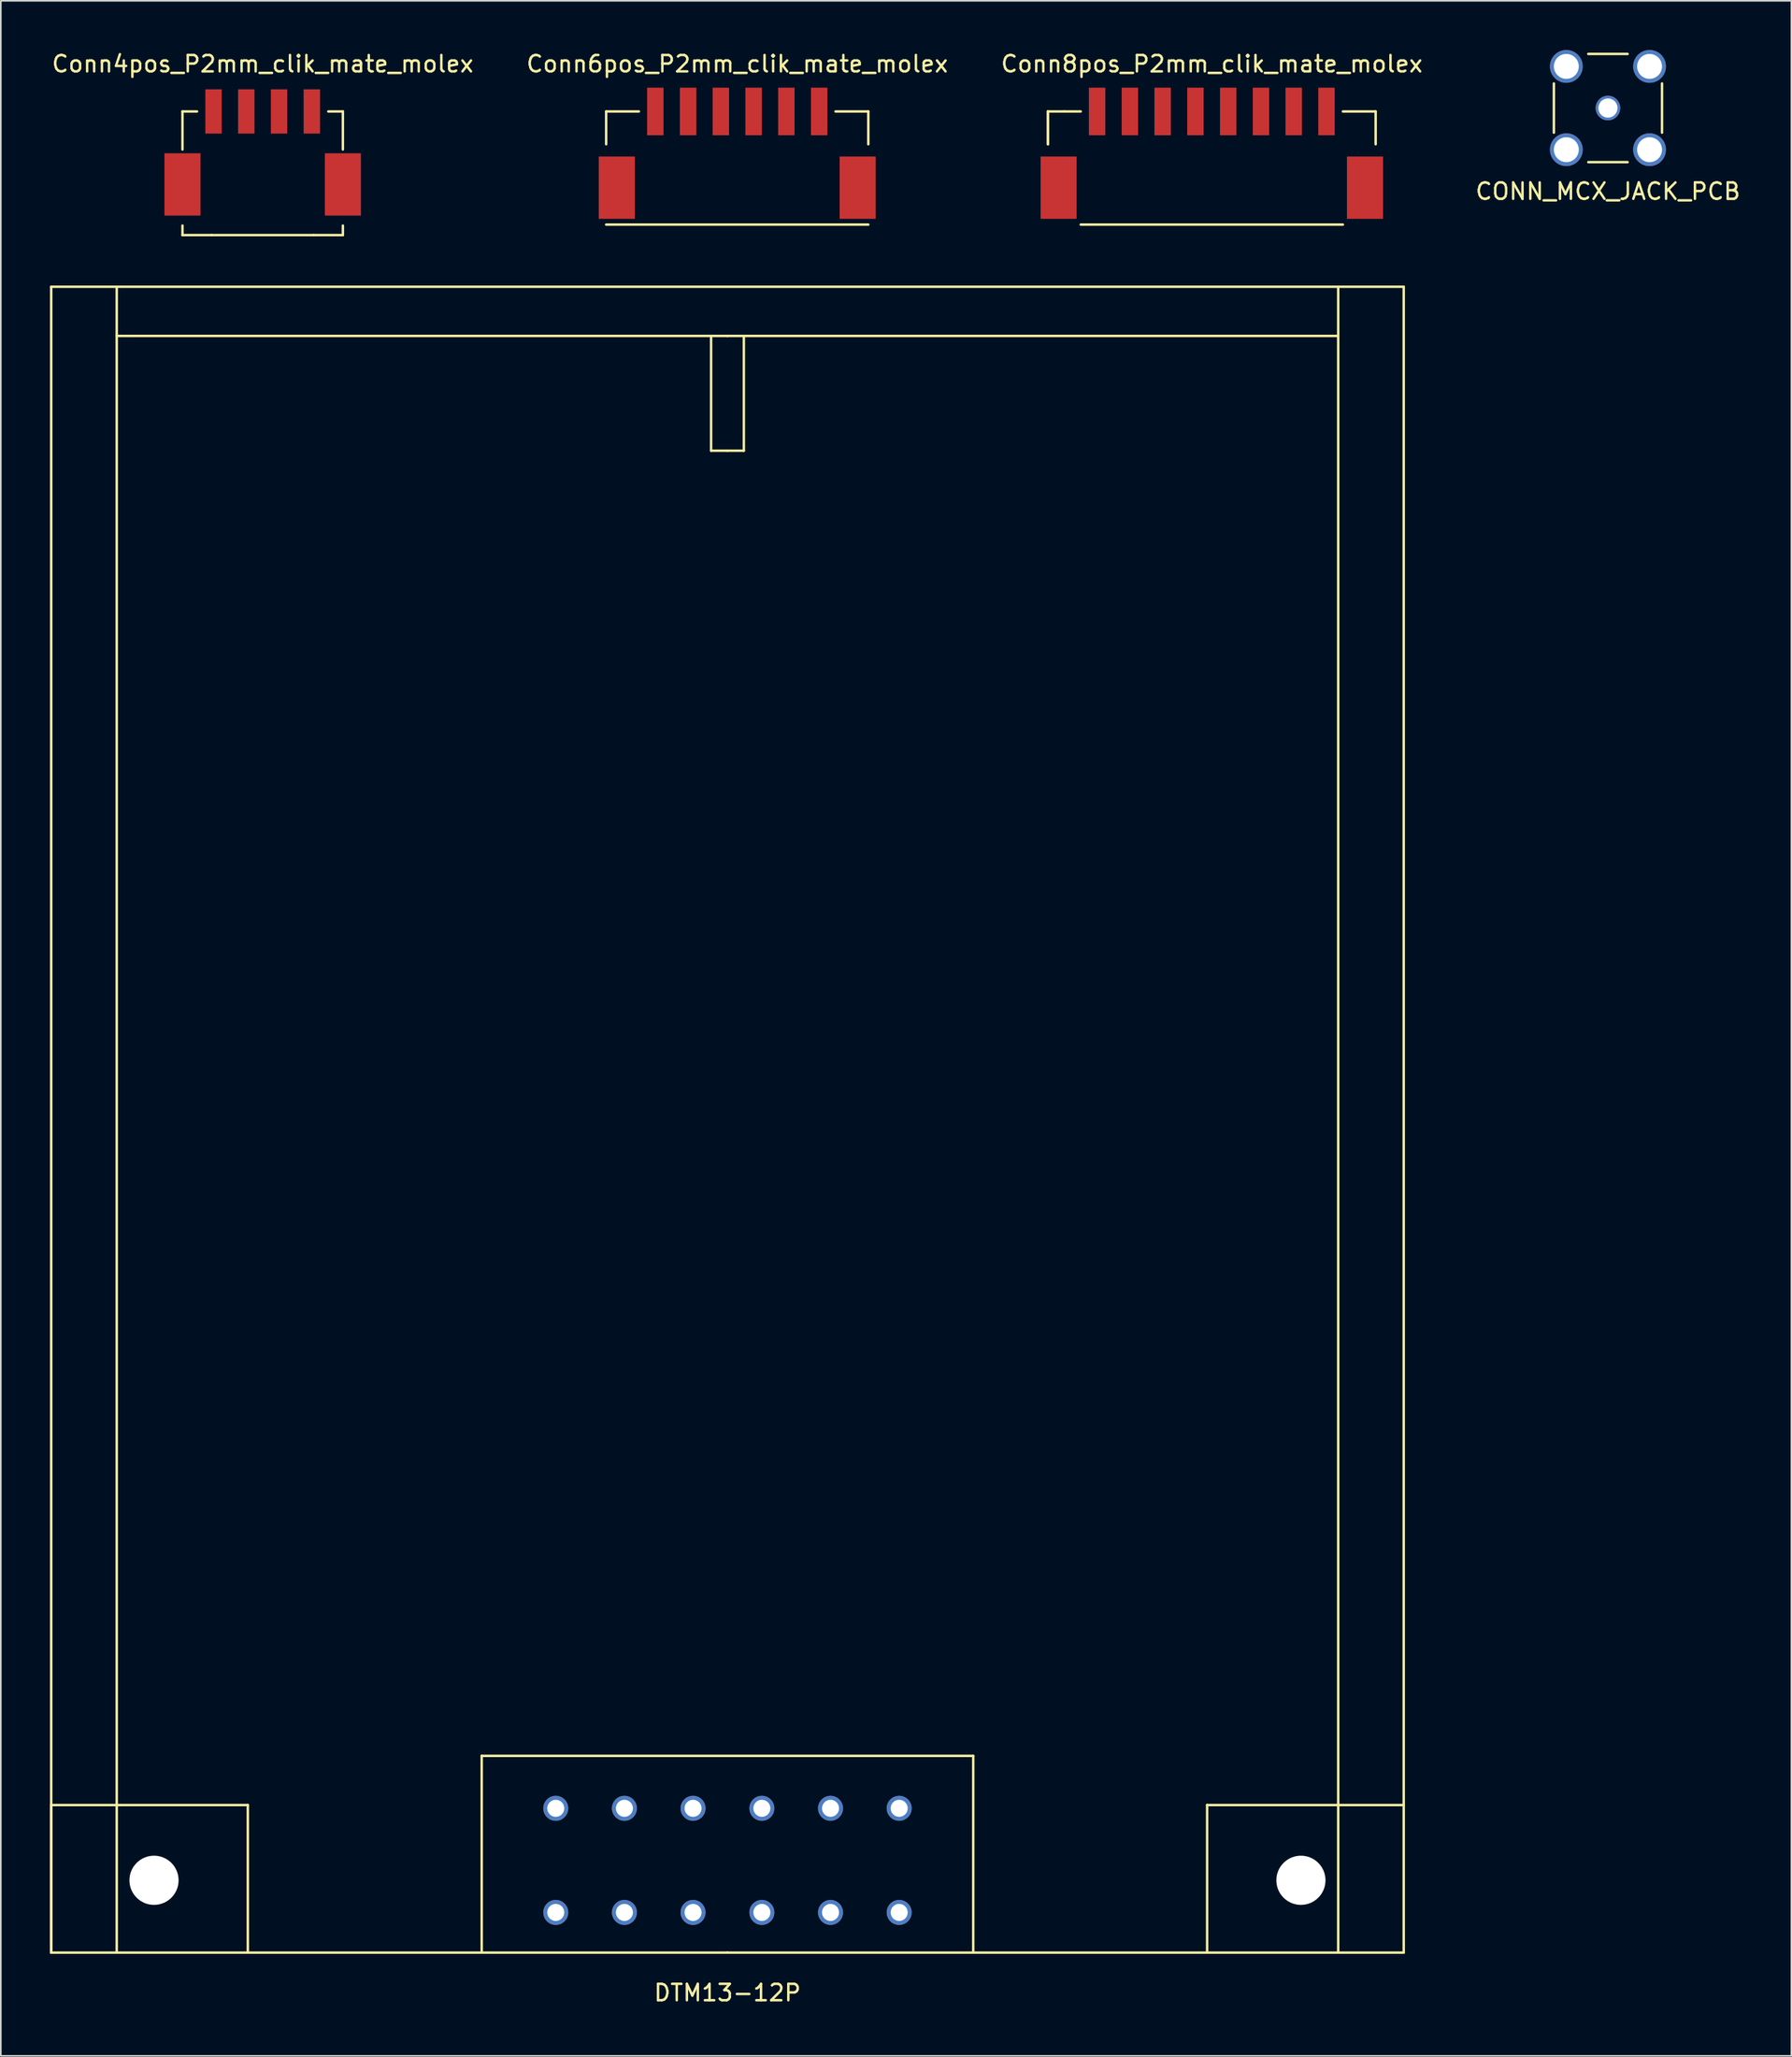
<source format=kicad_pcb>
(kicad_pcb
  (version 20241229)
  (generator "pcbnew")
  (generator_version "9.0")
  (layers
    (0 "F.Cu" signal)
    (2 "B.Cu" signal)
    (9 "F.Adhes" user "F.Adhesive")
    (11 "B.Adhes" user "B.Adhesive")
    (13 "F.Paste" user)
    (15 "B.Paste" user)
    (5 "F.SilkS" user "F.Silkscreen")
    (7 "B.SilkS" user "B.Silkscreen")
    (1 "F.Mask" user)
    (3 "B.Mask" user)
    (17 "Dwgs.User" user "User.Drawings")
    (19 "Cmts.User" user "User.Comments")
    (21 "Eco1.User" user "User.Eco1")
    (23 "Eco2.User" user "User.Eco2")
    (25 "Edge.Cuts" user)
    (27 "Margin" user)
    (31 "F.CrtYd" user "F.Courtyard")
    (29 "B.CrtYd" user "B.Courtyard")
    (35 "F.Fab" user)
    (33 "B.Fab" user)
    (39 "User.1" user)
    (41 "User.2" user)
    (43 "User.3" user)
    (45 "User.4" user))
  (footprint "Conn4pos_P2mm_clik_mate_molex"
    (layer "F.Cu")
    (at 12.982 3.748)
    (property "Reference" "Conn4pos_P2mm_clik_mate_molex" (at 0 -2.9 0) (layer "F.SilkS") (effects (font (size 1 1) (thickness 0.15))))
    (attr through_hole)
    (fp_line (start -4.895 0) (end -4.005 0) (stroke (width 0.15) (type solid)) (layer "F.SilkS"))
    (fp_line (start -4.895 2.32) (end -4.895 0) (stroke (width 0.15) (type solid)) (layer "F.SilkS"))
    (fp_line (start -4.895 7.54) (end -4.895 6.96) (stroke (width 0.15) (type solid)) (layer "F.SilkS"))
    (fp_line (start -3.115 7.54) (end -4.895 7.54) (stroke (width 0.15) (type solid)) (layer "F.SilkS"))
    (fp_line (start -3.115 7.54) (end 3.115 7.54) (stroke (width 0.15) (type solid)) (layer "F.SilkS"))
    (fp_line (start 3.115 7.54) (end 4.895 7.54) (stroke (width 0.15) (type solid)) (layer "F.SilkS"))
    (fp_line (start 4.005 0) (end 4.895 0) (stroke (width 0.15) (type solid)) (layer "F.SilkS"))
    (fp_line (start 4.895 0) (end 4.895 2.32) (stroke (width 0.15) (type solid)) (layer "F.SilkS"))
    (fp_line (start 4.895 7.54) (end 4.895 6.96) (stroke (width 0.15) (type solid)) (layer "F.SilkS"))
    (pad "1" smd rect (at -3 0) (size 1 2.7) (layers "F.Cu" "F.Mask" "F.Paste"))
    (pad "2" smd rect (at -1 0) (size 1 2.7) (layers "F.Cu" "F.Mask" "F.Paste"))
    (pad "3" smd rect (at 1 0) (size 1 2.7) (layers "F.Cu" "F.Mask" "F.Paste"))
    (pad "4" smd rect (at 3 0) (size 1 2.7) (layers "F.Cu" "F.Mask" "F.Paste"))
    (pad "5" smd rect (at -4.895 4.45) (size 2.2 3.8) (layers "F.Cu" "F.Mask" "F.Paste"))
    (pad "5" smd rect (at 4.895 4.45) (size 2.2 3.8) (layers "F.Cu" "F.Mask" "F.Paste")))
  (footprint "CONN_MCX_JACK_PCB"
    (layer "F.Cu")
    (at 95.089 3.54)
    (property "Reference" "CONN_MCX_JACK_PCB" (at 0 5.08 0) (layer "F.SilkS") (effects (font (size 1 1) (thickness 0.15))))
    (attr through_hole)
    (fp_line (start -3.3 -1.5) (end -3.3 1.5) (stroke (width 0.15) (type solid)) (layer "F.SilkS"))
    (fp_line (start -1.2 -3.3) (end 1.2 -3.3) (stroke (width 0.15) (type solid)) (layer "F.SilkS"))
    (fp_line (start -1.2 3.3) (end 1.2 3.3) (stroke (width 0.15) (type solid)) (layer "F.SilkS"))
    (fp_line (start 3.3 -1.5) (end 3.3 1.5) (stroke (width 0.15) (type solid)) (layer "F.SilkS"))
    (pad "1" thru_hole circle (at 0 0) (size 1.5 1.5) (drill 1.17) (layers "*.Cu" "*.Mask"))
    (pad "2" thru_hole circle (at -2.54 -2.54) (size 2 2) (drill 1.52) (layers "*.Cu" "*.Mask"))
    (pad "2" thru_hole circle (at -2.54 2.54) (size 2 2) (drill 1.52) (layers "*.Cu" "*.Mask"))
    (pad "2" thru_hole circle (at 2.54 -2.54) (size 2 2) (drill 1.52) (layers "*.Cu" "*.Mask"))
    (pad "2" thru_hole circle (at 2.54 2.54) (size 2 2) (drill 1.52) (layers "*.Cu" "*.Mask")))
  (footprint "DTM13-12P"
    (layer "F.Cu")
    (at 41.35 116.038)
    (property "Reference" "DTM13-12P" (at 0 2.45 0) (layer "F.SilkS") (effects (font (size 1 1) (thickness 0.15))))
    (attr through_hole)
    (fp_line (start -41.275 -101.6) (end -41.275 0) (stroke (width 0.15) (type solid)) (layer "F.SilkS"))
    (fp_line (start -41.275 -9) (end -29.275 -9) (stroke (width 0.15) (type solid)) (layer "F.SilkS"))
    (fp_line (start -41.275 0) (end -41.275 -9) (stroke (width 0.15) (type solid)) (layer "F.SilkS"))
    (fp_line (start -41.275 0) (end 0 0) (stroke (width 0.15) (type solid)) (layer "F.SilkS"))
    (fp_line (start -41.27 0) (end -41.27 -8.8) (stroke (width 0.15) (type solid)) (layer "F.SilkS"))
    (fp_line (start -41.27 0) (end -41.27 -8.8) (stroke (width 0.15) (type solid)) (layer "F.SilkS"))
    (fp_line (start -37.275 0) (end -37.275 -101.6) (stroke (width 0.15) (type solid)) (layer "F.SilkS"))
    (fp_line (start -29.275 -9) (end -29.275 0) (stroke (width 0.15) (type solid)) (layer "F.SilkS"))
    (fp_line (start -15 -12) (end -15 0) (stroke (width 0.15) (type solid)) (layer "F.SilkS"))
    (fp_line (start -1 -91.6) (end -1 -98.6) (stroke (width 0.15) (type solid)) (layer "F.SilkS"))
    (fp_line (start 0 -98.6) (end -37.275 -98.6) (stroke (width 0.15) (type solid)) (layer "F.SilkS"))
    (fp_line (start 0 -91.6) (end -1 -91.6) (stroke (width 0.15) (type solid)) (layer "F.SilkS"))
    (fp_line (start 0 -91.6) (end 1 -91.6) (stroke (width 0.15) (type solid)) (layer "F.SilkS"))
    (fp_line (start 0 0) (end 41.275 0) (stroke (width 0.15) (type solid)) (layer "F.SilkS"))
    (fp_line (start 1 -91.6) (end 1 -98.6) (stroke (width 0.15) (type solid)) (layer "F.SilkS"))
    (fp_line (start 15 -12) (end -15 -12) (stroke (width 0.15) (type solid)) (layer "F.SilkS"))
    (fp_line (start 15 0) (end 15 -12) (stroke (width 0.15) (type solid)) (layer "F.SilkS"))
    (fp_line (start 29.275 -9) (end 29.275 0) (stroke (width 0.15) (type solid)) (layer "F.SilkS"))
    (fp_line (start 37.275 -98.6) (end 0 -98.6) (stroke (width 0.15) (type solid)) (layer "F.SilkS"))
    (fp_line (start 37.275 0) (end 37.275 -101.6) (stroke (width 0.15) (type solid)) (layer "F.SilkS"))
    (fp_line (start 41.275 -101.6) (end -41.275 -101.6) (stroke (width 0.15) (type solid)) (layer "F.SilkS"))
    (fp_line (start 41.275 -9) (end 29.275 -9) (stroke (width 0.15) (type solid)) (layer "F.SilkS"))
    (fp_line (start 41.275 0) (end 41.275 -101.6) (stroke (width 0.15) (type solid)) (layer "F.SilkS"))
    (pad "" np_thru_hole circle (at -35 -4.41) (size 3 3) (drill 3) (layers "*.Cu" "*.Mask"))
    (pad "" np_thru_hole circle (at 35 -4.41) (size 3 3) (drill 3) (layers "*.Cu" "*.Mask"))
    (pad "1" thru_hole circle (at 10.48 -2.45) (size 1.524 1.524) (drill 1.04) (layers "*.Cu" "*.Mask"))
    (pad "2" thru_hole circle (at 6.29 -2.45) (size 1.524 1.524) (drill 1.04) (layers "*.Cu" "*.Mask"))
    (pad "3" thru_hole circle (at 2.1 -2.45) (size 1.524 1.524) (drill 1.04) (layers "*.Cu" "*.Mask"))
    (pad "4" thru_hole circle (at -2.1 -2.45) (size 1.524 1.524) (drill 1.04) (layers "*.Cu" "*.Mask"))
    (pad "5" thru_hole circle (at -6.29 -2.45) (size 1.524 1.524) (drill 1.04) (layers "*.Cu" "*.Mask"))
    (pad "6" thru_hole circle (at -10.48 -2.45) (size 1.524 1.524) (drill 1.04) (layers "*.Cu" "*.Mask"))
    (pad "7" thru_hole circle (at -10.48 -8.8) (size 1.524 1.524) (drill 1.04) (layers "*.Cu" "*.Mask"))
    (pad "8" thru_hole circle (at -6.29 -8.8) (size 1.524 1.524) (drill 1.04) (layers "*.Cu" "*.Mask"))
    (pad "9" thru_hole circle (at -2.1 -8.8) (size 1.524 1.524) (drill 1.04) (layers "*.Cu" "*.Mask"))
    (pad "10" thru_hole circle (at 2.1 -8.8) (size 1.524 1.524) (drill 1.04) (layers "*.Cu" "*.Mask"))
    (pad "11" thru_hole circle (at 6.29 -8.8) (size 1.524 1.524) (drill 1.04) (layers "*.Cu" "*.Mask"))
    (pad "12" thru_hole circle (at 10.48 -8.8) (size 1.524 1.524) (drill 1.04) (layers "*.Cu" "*.Mask")))
  (footprint "Conn6pos_P2mm_clik_mate_molex"
    (layer "F.Cu")
    (at 41.946 3.748)
    (property "Reference" "Conn6pos_P2mm_clik_mate_molex" (at 0 -2.9 0) (layer "F.SilkS") (effects (font (size 1 1) (thickness 0.15))))
    (attr through_hole)
    (fp_line (start -8 2) (end -8 0) (stroke (width 0.15) (type solid)) (layer "F.SilkS"))
    (fp_line (start -8 6.9) (end 8 6.9) (stroke (width 0.15) (type solid)) (layer "F.SilkS"))
    (fp_line (start -6 0) (end -8 0) (stroke (width 0.15) (type solid)) (layer "F.SilkS"))
    (fp_line (start 8 0) (end 6 0) (stroke (width 0.15) (type solid)) (layer "F.SilkS"))
    (fp_line (start 8 0) (end 8 2) (stroke (width 0.15) (type solid)) (layer "F.SilkS"))
    (pad "1" smd rect (at -5 0) (size 1 2.9) (layers "F.Cu" "F.Mask" "F.Paste"))
    (pad "2" smd rect (at -3 0) (size 1 2.9) (layers "F.Cu" "F.Mask" "F.Paste"))
    (pad "3" smd rect (at -1 0) (size 1 2.9) (layers "F.Cu" "F.Mask" "F.Paste"))
    (pad "4" smd rect (at 1 0) (size 1 2.9) (layers "F.Cu" "F.Mask" "F.Paste"))
    (pad "5" smd rect (at 3 0) (size 1 2.9) (layers "F.Cu" "F.Mask" "F.Paste"))
    (pad "6" smd rect (at 5 0) (size 1 2.9) (layers "F.Cu" "F.Mask" "F.Paste"))
    (pad "7" smd rect (at -7.35 4.65) (size 2.2 3.8) (layers "F.Cu" "F.Mask" "F.Paste"))
    (pad "7" smd rect (at 7.35 4.65) (size 2.2 3.8) (layers "F.Cu" "F.Mask" "F.Paste")))
  (footprint "Conn8pos_P2mm_clik_mate_molex"
    (layer "F.Cu")
    (at 70.911 3.748)
    (property "Reference" "Conn8pos_P2mm_clik_mate_molex" (at 0 -2.9 0) (layer "F.SilkS") (effects (font (size 1 1) (thickness 0.15))))
    (attr through_hole)
    (fp_line (start -10 0) (end -10 2) (stroke (width 0.15) (type solid)) (layer "F.SilkS"))
    (fp_line (start -10 0) (end -9 0) (stroke (width 0.15) (type solid)) (layer "F.SilkS"))
    (fp_line (start -10 2) (end -10 0) (stroke (width 0.15) (type solid)) (layer "F.SilkS"))
    (fp_line (start -9 0) (end -8 0) (stroke (width 0.15) (type solid)) (layer "F.SilkS"))
    (fp_line (start -8 6.9) (end 8 6.9) (stroke (width 0.15) (type solid)) (layer "F.SilkS"))
    (fp_line (start 10 0) (end 8 0) (stroke (width 0.15) (type solid)) (layer "F.SilkS"))
    (fp_line (start 10 0) (end 10 2) (stroke (width 0.15) (type solid)) (layer "F.SilkS"))
    (pad "1" smd rect (at -7 0) (size 1 2.9) (layers "F.Cu" "F.Mask" "F.Paste"))
    (pad "2" smd rect (at -5 0) (size 1 2.9) (layers "F.Cu" "F.Mask" "F.Paste"))
    (pad "3" smd rect (at -3 0) (size 1 2.9) (layers "F.Cu" "F.Mask" "F.Paste"))
    (pad "4" smd rect (at -1 0) (size 1 2.9) (layers "F.Cu" "F.Mask" "F.Paste"))
    (pad "5" smd rect (at 1 0) (size 1 2.9) (layers "F.Cu" "F.Mask" "F.Paste"))
    (pad "6" smd rect (at 3 0) (size 1 2.9) (layers "F.Cu" "F.Mask" "F.Paste"))
    (pad "7" smd rect (at 5 0) (size 1 2.9) (layers "F.Cu" "F.Mask" "F.Paste"))
    (pad "8" smd rect (at 7 0) (size 1 2.9) (layers "F.Cu" "F.Mask" "F.Paste"))
    (pad "9" smd rect (at -9.35 4.65) (size 2.2 3.8) (layers "F.Cu" "F.Mask" "F.Paste"))
    (pad "9" smd rect (at 9.35 4.65) (size 2.2 3.8) (layers "F.Cu" "F.Mask" "F.Paste")))
  (gr_rect
    (start -3 -3)
    (end 106.286 122.337)
    (stroke (width 0.1) (type default))
    (fill no)
    (layer "Edge.Cuts")))
</source>
